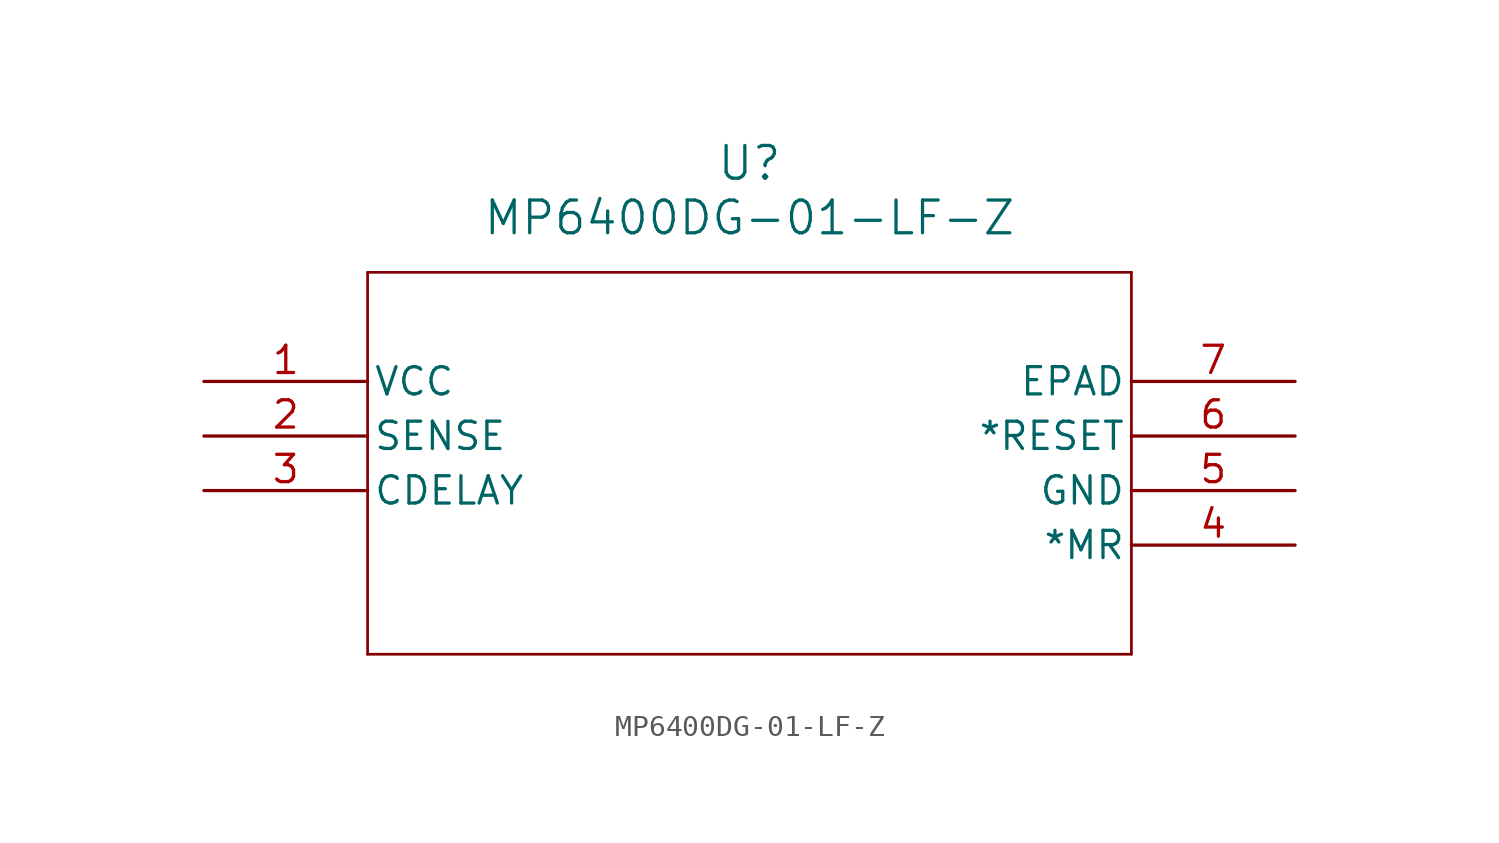
<source format=kicad_sym>
(kicad_symbol_lib
  (version 20211014)
  (generator kicad_symbol_editor)
  (symbol "MP6400DG-01-LF-Z"
    (pin_names
      (offset 0.254))
    (property "Reference" "U"
      (at 25.4 10.16 0)
      (effects (font (size 1.524 1.524))))
    (property "Value" "MP6400DG-01-LF-Z"
      (at 25.4 7.62 0)
      (effects (font (size 1.524 1.524))))
    (symbol "MP6400DG-01-LF-Z_0_1"
      (polyline (pts (xy 7.62 5.08) (xy 7.62 -12.7)) (stroke (width .127) (type default) (color 0 0 0 0)) (fill (type none)))
      (polyline (pts (xy 7.62 -12.7) (xy 43.18 -12.7)) (stroke (width .127) (type default) (color 0 0 0 0)) (fill (type none)))
      (polyline (pts (xy 43.18 -12.7) (xy 43.18 5.08)) (stroke (width .127) (type default) (color 0 0 0 0)) (fill (type none)))
      (polyline (pts (xy 43.18 5.08) (xy 7.62 5.08)) (stroke (width .127) (type default) (color 0 0 0 0)) (fill (type none)))
      (pin power_in line (at 0 0 0) (length 7.62) (name "VCC" (effects (font (size 1.27 1.27)))) (number "1" (effects (font (size 1.27 1.27)))))
      (pin unspecified line (at 0 -2.54 0) (length 7.62) (name "SENSE" (effects (font (size 1.27 1.27)))) (number "2" (effects (font (size 1.27 1.27)))))
      (pin unspecified line (at 0 -5.08 0) (length 7.62) (name "CDELAY" (effects (font (size 1.27 1.27)))) (number "3" (effects (font (size 1.27 1.27)))))
      (pin unspecified line (at 50.8 -7.62 180) (length 7.62) (name "*MR" (effects (font (size 1.27 1.27)))) (number "4" (effects (font (size 1.27 1.27)))))
      (pin power_in line (at 50.8 -5.08 180) (length 7.62) (name "GND" (effects (font (size 1.27 1.27)))) (number "5" (effects (font (size 1.27 1.27)))))
      (pin unspecified line (at 50.8 -2.54 180) (length 7.62) (name "*RESET" (effects (font (size 1.27 1.27)))) (number "6" (effects (font (size 1.27 1.27)))))
      (pin power_in line (at 50.8 0 180) (length 7.62) (name "EPAD" (effects (font (size 1.27 1.27)))) (number "7" (effects (font (size 1.27 1.27))))))))
</source>
